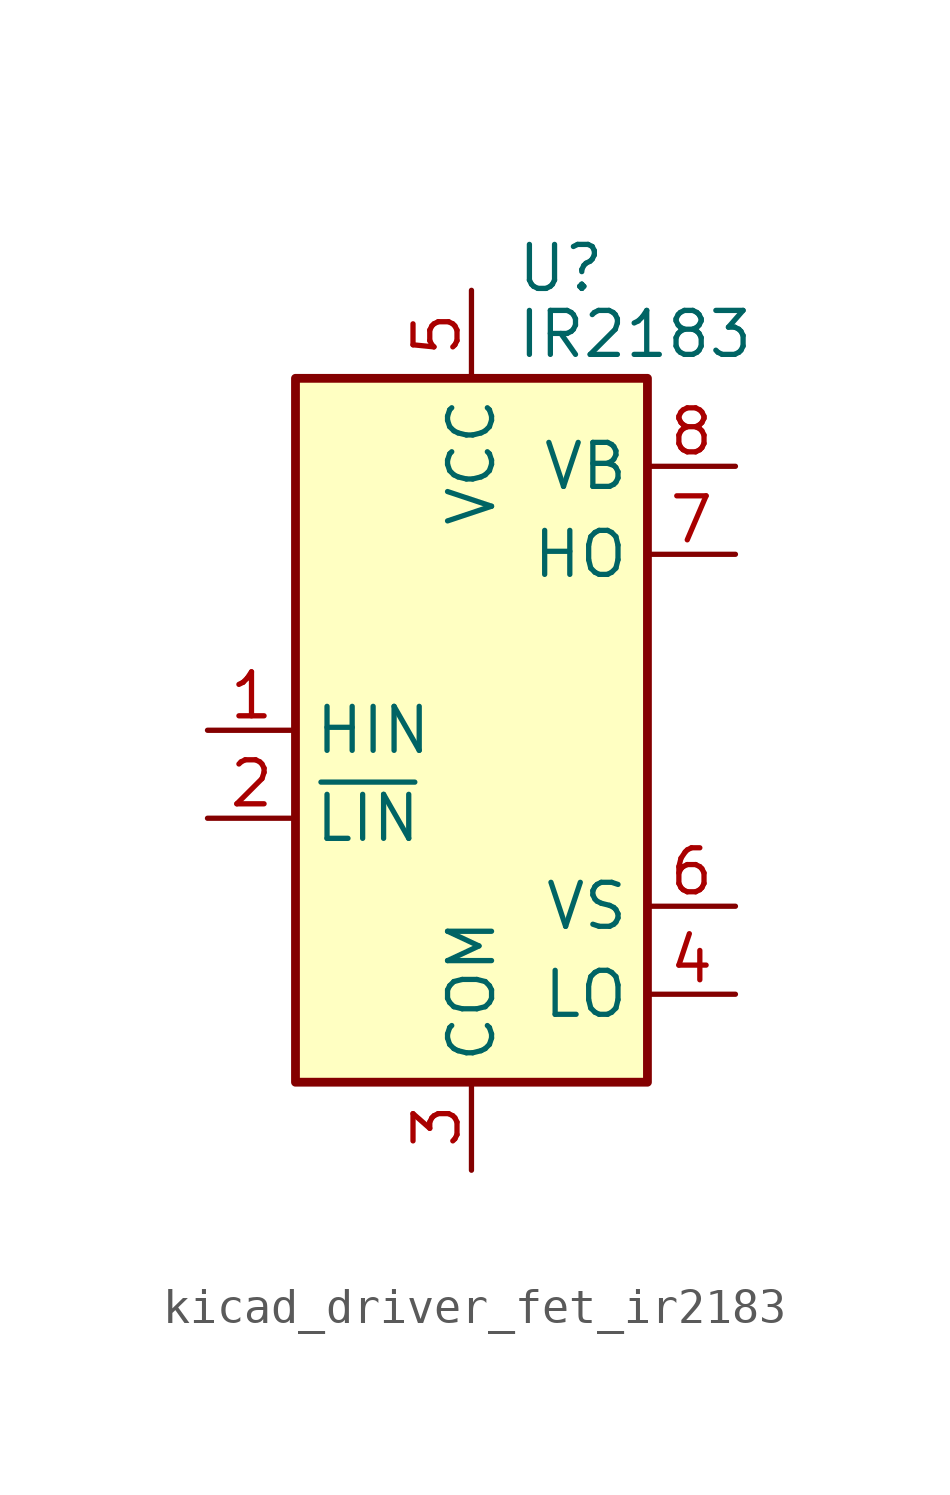
<source format=kicad_sym>
(kicad_symbol_lib
  (version 20220914)
  (generator kicad_symbol_editor)
  (symbol "kicad_driver_fet_ir2183"
    (property "Reference" "U"
      (at 1.27 13.335 0)
      (effects (font (size 1.27 1.27)) (justify left)))
    (property "Value" "IR2183"
      (at 1.27 11.43 0)
      (effects (font (size 1.27 1.27)) (justify left)))
    (symbol "kicad_driver_fet_ir2183_0_1"
      (rectangle (start -5.08 -10.16) (end 5.08 10.16) (stroke (width 0.254) (type default)) (fill (type background))))
    (symbol "kicad_driver_fet_ir2183_1_1"
      (pin input line (at -7.62 0 0) (length 2.54) (name "HIN" (effects (font (size 1.27 1.27)))) (number "1" (effects (font (size 1.27 1.27)))))
      (pin input line (at -7.62 -2.54 0) (length 2.54) (name "~{LIN}" (effects (font (size 1.27 1.27)))) (number "2" (effects (font (size 1.27 1.27)))))
      (pin power_in line (at 0 -12.7 90) (length 2.54) (name "COM" (effects (font (size 1.27 1.27)))) (number "3" (effects (font (size 1.27 1.27)))))
      (pin output line (at 7.62 -7.62 180) (length 2.54) (name "LO" (effects (font (size 1.27 1.27)))) (number "4" (effects (font (size 1.27 1.27)))))
      (pin power_in line (at 0 12.7 270) (length 2.54) (name "VCC" (effects (font (size 1.27 1.27)))) (number "5" (effects (font (size 1.27 1.27)))))
      (pin passive line (at 7.62 -5.08 180) (length 2.54) (name "VS" (effects (font (size 1.27 1.27)))) (number "6" (effects (font (size 1.27 1.27)))))
      (pin output line (at 7.62 5.08 180) (length 2.54) (name "HO" (effects (font (size 1.27 1.27)))) (number "7" (effects (font (size 1.27 1.27)))))
      (pin passive line (at 7.62 7.62 180) (length 2.54) (name "VB" (effects (font (size 1.27 1.27)))) (number "8" (effects (font (size 1.27 1.27))))))))
</source>
